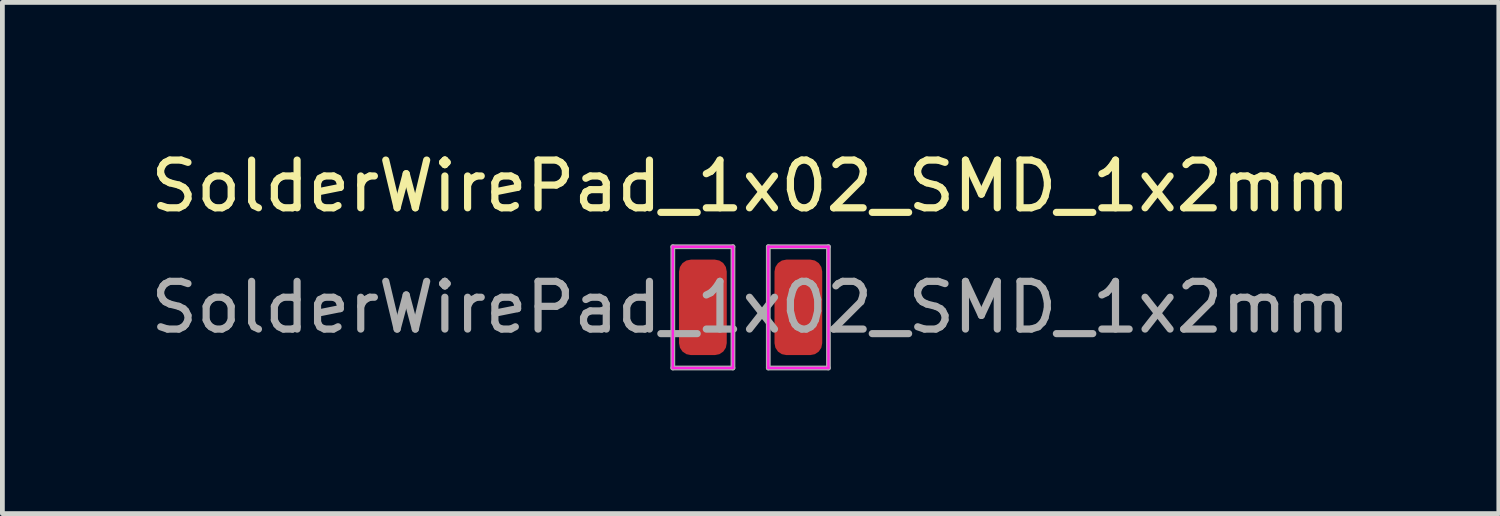
<source format=kicad_pcb>
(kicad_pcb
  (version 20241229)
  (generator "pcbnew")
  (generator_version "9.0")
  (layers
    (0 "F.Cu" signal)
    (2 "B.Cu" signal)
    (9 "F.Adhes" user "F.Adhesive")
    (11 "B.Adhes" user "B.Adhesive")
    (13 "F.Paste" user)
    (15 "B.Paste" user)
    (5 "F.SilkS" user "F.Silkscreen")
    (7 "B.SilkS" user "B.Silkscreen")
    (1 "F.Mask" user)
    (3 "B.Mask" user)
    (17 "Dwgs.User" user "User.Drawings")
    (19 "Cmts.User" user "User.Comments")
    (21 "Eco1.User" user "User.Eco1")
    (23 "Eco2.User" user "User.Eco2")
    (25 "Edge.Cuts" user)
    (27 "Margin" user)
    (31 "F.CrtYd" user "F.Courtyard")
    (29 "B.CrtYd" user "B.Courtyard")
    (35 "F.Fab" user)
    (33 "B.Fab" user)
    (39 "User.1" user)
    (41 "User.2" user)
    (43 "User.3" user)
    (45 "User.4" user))
  (footprint "SolderWirePad_1x02_SMD_1x2mm"
    (layer "F.Cu")
    (at 12.673 3.388)
    (property "Reference" "SolderWirePad_1x02_SMD_1x2mm" (at 0 -2.54 0) (layer "F.SilkS") (effects (font (size 1 1) (thickness 0.15))))
    (attr exclude_from_pos_files exclude_from_bom)
    (fp_line (start -1.63 -1.27) (end -1.63 1.27) (stroke (width 0.05) (type solid)) (layer "F.CrtYd"))
    (fp_line (start -1.63 1.27) (end -0.37 1.27) (stroke (width 0.05) (type solid)) (layer "F.CrtYd"))
    (fp_line (start -0.37 -1.27) (end -1.63 -1.27) (stroke (width 0.05) (type solid)) (layer "F.CrtYd"))
    (fp_line (start -0.37 1.27) (end -0.37 -1.27) (stroke (width 0.05) (type solid)) (layer "F.CrtYd"))
    (fp_line (start 0.37 -1.27) (end 0.37 1.27) (stroke (width 0.05) (type solid)) (layer "F.CrtYd"))
    (fp_line (start 0.37 1.27) (end 1.63 1.27) (stroke (width 0.05) (type solid)) (layer "F.CrtYd"))
    (fp_line (start 1.63 -1.27) (end 0.37 -1.27) (stroke (width 0.05) (type solid)) (layer "F.CrtYd"))
    (fp_line (start 1.63 1.27) (end 1.63 -1.27) (stroke (width 0.05) (type solid)) (layer "F.CrtYd"))
    (fp_line (start -1.63 -1.27) (end -0.37 -1.27) (stroke (width 0.1) (type solid)) (layer "F.Fab"))
    (fp_line (start -1.63 1.27) (end -1.63 -1.27) (stroke (width 0.1) (type solid)) (layer "F.Fab"))
    (fp_line (start -0.37 -1.27) (end -0.37 1.27) (stroke (width 0.1) (type solid)) (layer "F.Fab"))
    (fp_line (start -0.37 1.27) (end -1.63 1.27) (stroke (width 0.1) (type solid)) (layer "F.Fab"))
    (fp_line (start 0.37 -1.27) (end 1.63 -1.27) (stroke (width 0.1) (type solid)) (layer "F.Fab"))
    (fp_line (start 0.37 1.27) (end 0.37 -1.27) (stroke (width 0.1) (type solid)) (layer "F.Fab"))
    (fp_line (start 1.63 -1.27) (end 1.63 1.27) (stroke (width 0.1) (type solid)) (layer "F.Fab"))
    (fp_line (start 1.63 1.27) (end 0.37 1.27) (stroke (width 0.1) (type solid)) (layer "F.Fab"))
    (fp_text user "${REFERENCE}" (at 0 0 0) (layer "F.Fab") (effects (font (size 1 1) (thickness 0.15))))
    (pad "1" smd roundrect (at -1 0) (size 1 2) (layers "F.Cu" "F.Mask" "F.Paste") (roundrect_rratio 0.25))
    (pad "2" smd roundrect (at 1 0) (size 1 2) (layers "F.Cu" "F.Mask" "F.Paste") (roundrect_rratio 0.25)))
  (gr_rect
    (start -3 -3)
    (end 28.345 7.708)
    (stroke (width 0.1) (type default))
    (fill no)
    (layer "Edge.Cuts")))
</source>
